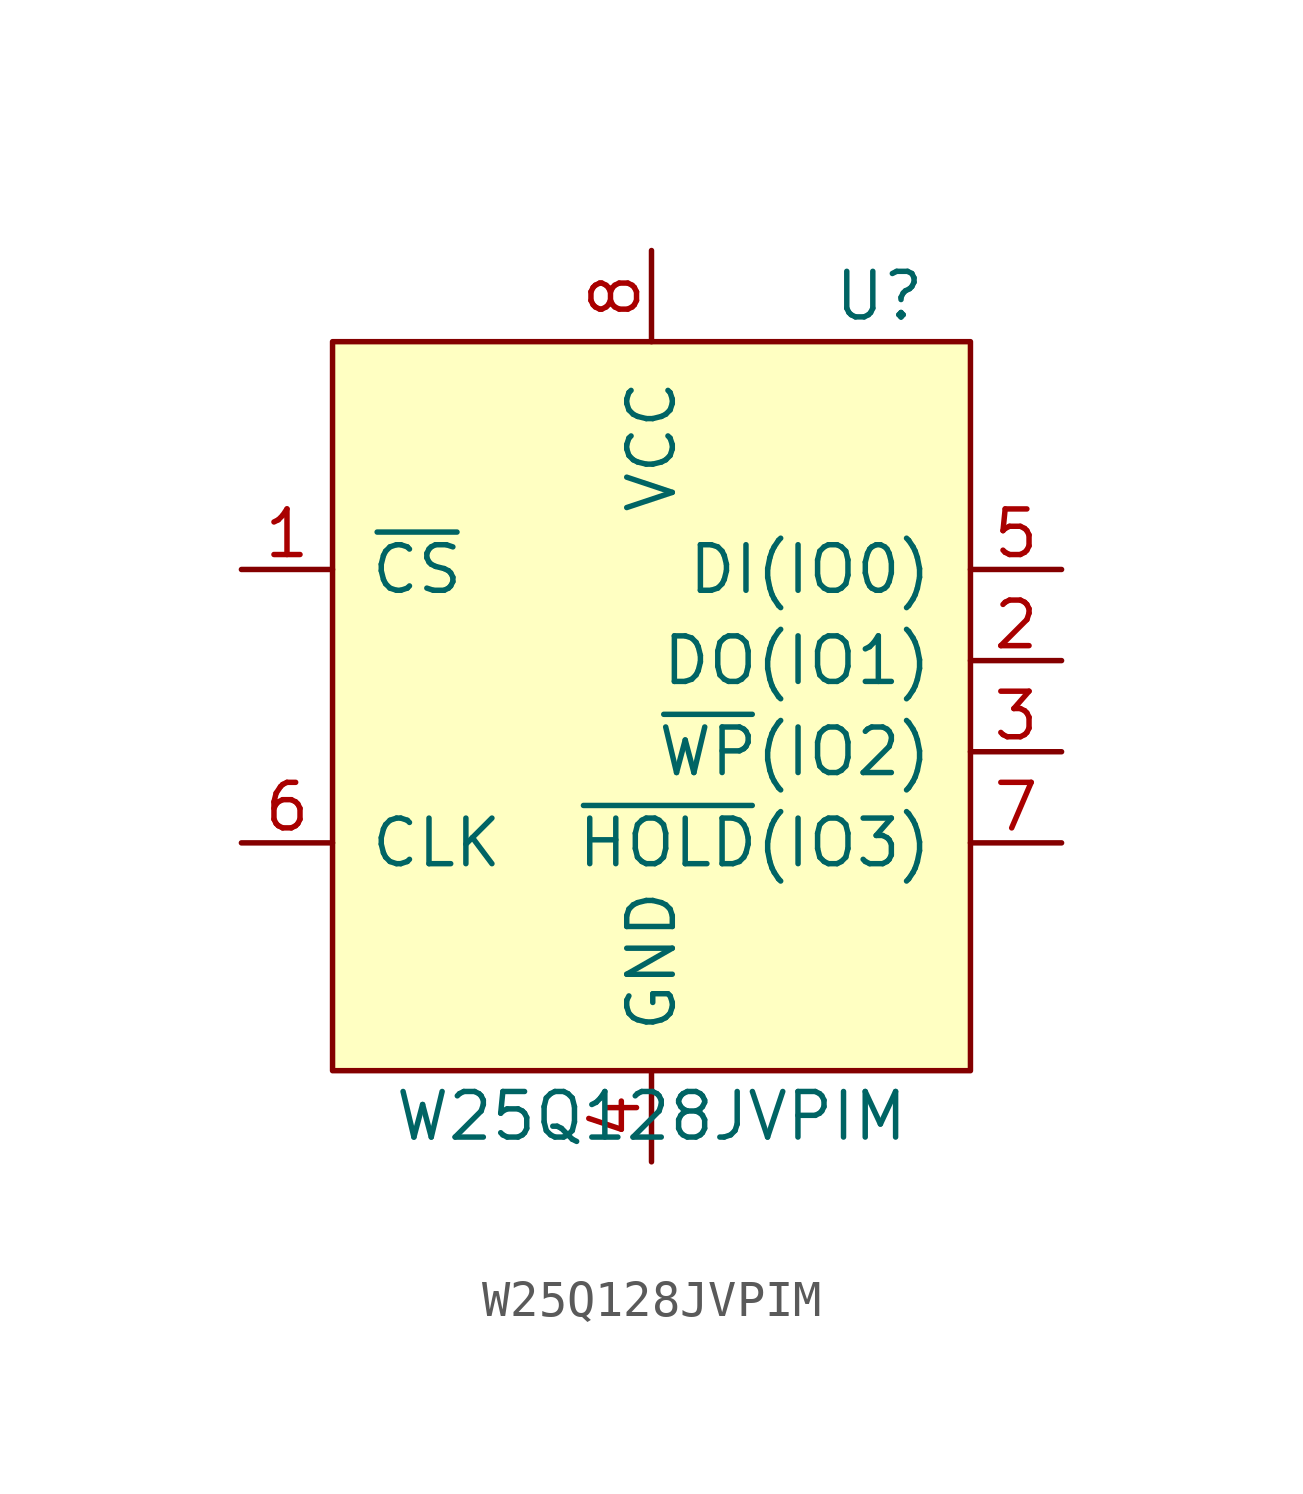
<source format=kicad_sym>
(kicad_symbol_lib
  (version 20201005)
  (generator kicad_symbol_editor)
  (symbol "W25Q128JVPIM"
    (pin_names
      (offset 1.016))
    (property "Reference" "U"
      (at 6.35 10.16 0)
      (effects (font (size 1.27 1.27))))
    (property "Value" "W25Q128JVPIM"
      (at 0 -12.7 0)
      (effects (font (size 1.27 1.27))))
    (symbol "W25Q128JVPIM_0_0"
      (pin input line (at -11.43 2.54 0) (length 2.54) (name "~CS~" (effects (font (size 1.27 1.27)))) (number "1" (effects (font (size 1.27 1.27)))))
      (pin bidirectional line (at 11.43 0 180) (length 2.54) (name "DO(IO1)" (effects (font (size 1.27 1.27)))) (number "2" (effects (font (size 1.27 1.27)))))
      (pin bidirectional line (at 11.43 -2.54 180) (length 2.54) (name "~WP~(IO2)" (effects (font (size 1.27 1.27)))) (number "3" (effects (font (size 1.27 1.27)))))
      (pin power_in line (at 0 -13.97 90) (length 2.54) (name "GND" (effects (font (size 1.27 1.27)))) (number "4" (effects (font (size 1.27 1.27)))))
      (pin bidirectional line (at 11.43 2.54 180) (length 2.54) (name "DI(IO0)" (effects (font (size 1.27 1.27)))) (number "5" (effects (font (size 1.27 1.27)))))
      (pin input line (at -11.43 -5.08 0) (length 2.54) (name "CLK" (effects (font (size 1.27 1.27)))) (number "6" (effects (font (size 1.27 1.27)))))
      (pin bidirectional line (at 11.43 -5.08 180) (length 2.54) (name "~HOLD~(IO3)" (effects (font (size 1.27 1.27)))) (number "7" (effects (font (size 1.27 1.27)))))
      (pin power_in line (at 0 11.43 270) (length 2.54) (name "VCC" (effects (font (size 1.27 1.27)))) (number "8" (effects (font (size 1.27 1.27)))))
      (pin power_in line (at 0 -13.97 90) (length 2.54) hide (name "GND" (effects (font (size 1.27 1.27)))) (number "9" (effects (font (size 1.27 1.27))))))
    (symbol "W25Q128JVPIM_0_1"
      (rectangle (start -8.89 8.89) (end 8.89 -11.43) (stroke (width 0)) (fill (type background))))))
</source>
